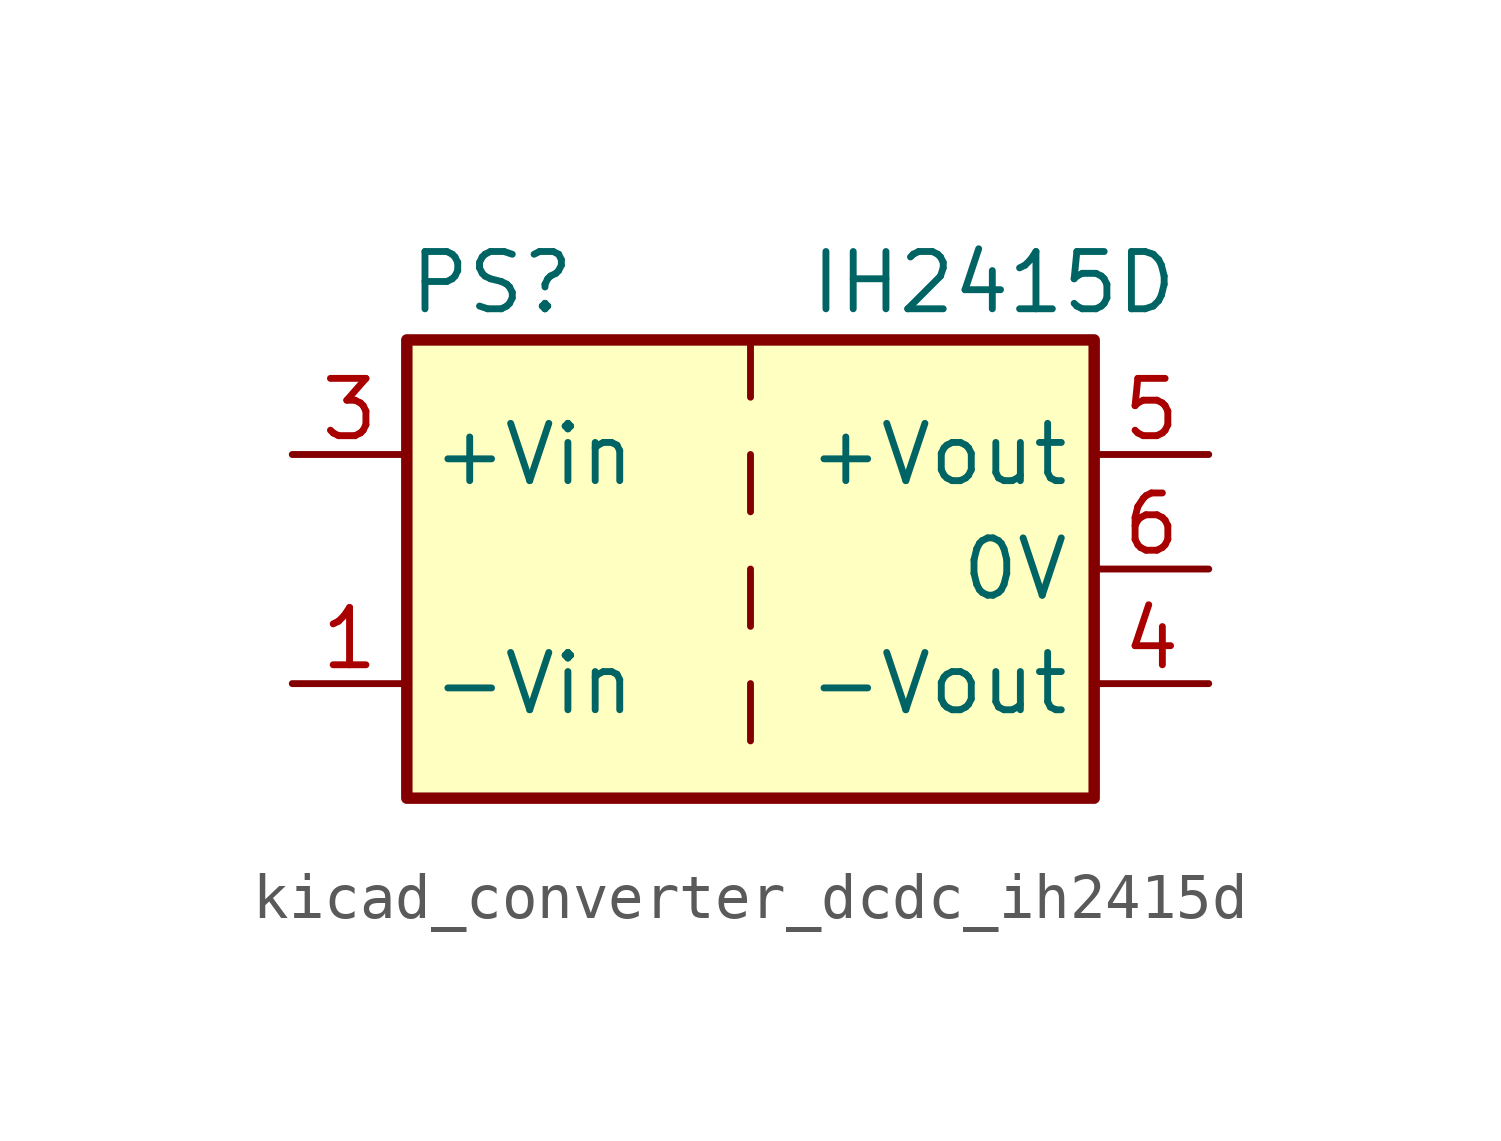
<source format=kicad_sym>
(kicad_symbol_lib
  (version 20220914)
  (generator kicad_symbol_editor)
  (symbol "kicad_converter_dcdc_ih2415d"
    (property "Reference" "PS"
      (at -7.62 6.35 0)
      (effects (font (size 1.27 1.27)) (justify left)))
    (property "Value" "IH2415D"
      (at 1.27 6.35 0)
      (effects (font (size 1.27 1.27)) (justify left)))
    (symbol "kicad_converter_dcdc_ih2415d_0_0"
      (pin power_in line (at -10.16 -2.54 0) (length 2.54) (name "-Vin" (effects (font (size 1.27 1.27)))) (number "1" (effects (font (size 1.27 1.27)))))
      (pin power_in line (at -10.16 2.54 0) (length 2.54) (name "+Vin" (effects (font (size 1.27 1.27)))) (number "3" (effects (font (size 1.27 1.27)))))
      (pin power_out line (at 10.16 -2.54 180) (length 2.54) (name "-Vout" (effects (font (size 1.27 1.27)))) (number "4" (effects (font (size 1.27 1.27)))))
      (pin power_out line (at 10.16 2.54 180) (length 2.54) (name "+Vout" (effects (font (size 1.27 1.27)))) (number "5" (effects (font (size 1.27 1.27)))))
      (pin power_out line (at 10.16 0 180) (length 2.54) (name "0V" (effects (font (size 1.27 1.27)))) (number "6" (effects (font (size 1.27 1.27))))))
    (symbol "kicad_converter_dcdc_ih2415d_0_1"
      (rectangle (start -7.62 5.08) (end 7.62 -5.08) (stroke (width 0.254) (type default)) (fill (type background)))
      (polyline (pts (xy 0 -2.54) (xy 0 -3.81)) (stroke (width 0) (type default)) (fill (type none)))
      (polyline (pts (xy 0 0) (xy 0 -1.27)) (stroke (width 0) (type default)) (fill (type none)))
      (polyline (pts (xy 0 2.54) (xy 0 1.27)) (stroke (width 0) (type default)) (fill (type none)))
      (polyline (pts (xy 0 5.08) (xy 0 3.81)) (stroke (width 0) (type default)) (fill (type none))))
    (symbol "kicad_converter_dcdc_ih2415d_1_1"
      (pin no_connect line (at 0 -5.08 90) (length 2.54) hide (name "NC" (effects (font (size 1.27 1.27)))) (number "2" (effects (font (size 1.27 1.27))))))))
</source>
